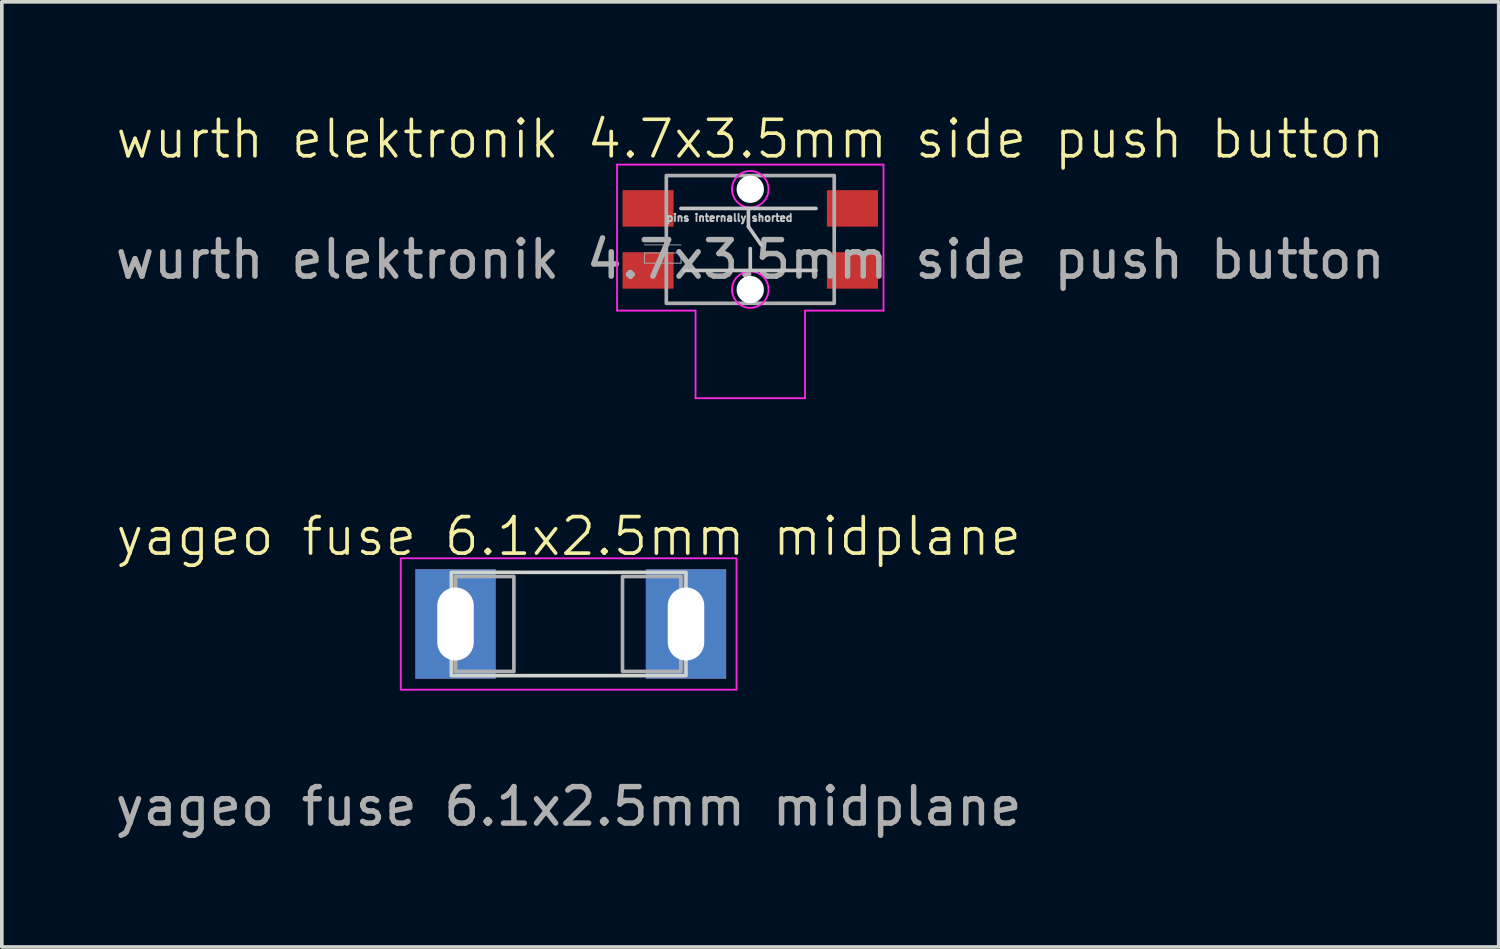
<source format=kicad_pcb>
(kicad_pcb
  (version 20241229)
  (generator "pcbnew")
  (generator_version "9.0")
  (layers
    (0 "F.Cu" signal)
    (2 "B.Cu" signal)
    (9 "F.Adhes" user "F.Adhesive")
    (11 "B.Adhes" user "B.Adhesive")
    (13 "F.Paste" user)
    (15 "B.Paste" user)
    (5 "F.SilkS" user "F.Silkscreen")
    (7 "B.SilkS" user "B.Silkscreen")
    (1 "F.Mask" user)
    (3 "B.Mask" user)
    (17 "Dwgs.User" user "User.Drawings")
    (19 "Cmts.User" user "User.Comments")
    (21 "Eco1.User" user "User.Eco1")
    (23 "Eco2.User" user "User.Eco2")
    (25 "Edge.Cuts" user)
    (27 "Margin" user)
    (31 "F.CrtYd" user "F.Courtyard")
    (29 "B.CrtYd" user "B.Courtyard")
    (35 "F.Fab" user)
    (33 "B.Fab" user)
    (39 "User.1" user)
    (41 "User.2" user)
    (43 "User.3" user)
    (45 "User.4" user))
  (footprint "wurth elektronik 4.7x3.5mm side push button"
    (layer "F.Cu")
    (at 17.506 1.56)
    (property "Reference" "wurth elektronik 4.7x3.5mm side push button" (at 0 -0.8 0) (unlocked yes) (layer "F.SilkS") (effects (font (size 1 1) (thickness 0.1))))
    (attr smd)
    (fp_line (start -1.9 1.1) (end 1.8 1.1) (stroke (width 0.1) (type default)) (layer "Dwgs.User"))
    (fp_line (start -0.05 1.1) (end -0.05 1.6) (stroke (width 0.1) (type default)) (layer "Dwgs.User"))
    (fp_line (start -0.05 1.6) (end 0.3 2.1) (stroke (width 0.1) (type default)) (layer "Dwgs.User"))
    (fp_line (start 0 2.8) (end 0 2.2) (stroke (width 0.1) (type default)) (layer "Dwgs.User"))
    (fp_line (start 1.8 2.8) (end -1.8 2.8) (stroke (width 0.1) (type default)) (layer "Dwgs.User"))
    (fp_line (start -3.65 -0.1) (end 3.65 -0.1) (stroke (width 0.05) (type default)) (layer "F.CrtYd"))
    (fp_line (start -3.65 3.9) (end -3.65 -0.1) (stroke (width 0.05) (type default)) (layer "F.CrtYd"))
    (fp_line (start -1.5 3.9) (end -3.65 3.9) (stroke (width 0.05) (type default)) (layer "F.CrtYd"))
    (fp_line (start -1.5 6.3) (end -1.5 3.9) (stroke (width 0.05) (type default)) (layer "F.CrtYd"))
    (fp_line (start 1.5 3.9) (end 1.5 6.3) (stroke (width 0.05) (type default)) (layer "F.CrtYd"))
    (fp_line (start 1.5 6.3) (end -1.5 6.3) (stroke (width 0.05) (type default)) (layer "F.CrtYd"))
    (fp_line (start 3.65 -0.1) (end 3.65 3.9) (stroke (width 0.05) (type default)) (layer "F.CrtYd"))
    (fp_line (start 3.65 3.9) (end 1.5 3.9) (stroke (width 0.05) (type default)) (layer "F.CrtYd"))
    (fp_circle (center 0 0.575) (end 0.5 0.575) (stroke (width 0.05) (type solid)) (fill no) (layer "F.CrtYd"))
    (fp_circle (center 0 3.325) (end 0.5 3.325) (stroke (width 0.05) (type solid)) (fill no) (layer "F.CrtYd"))
    (fp_line (start -2.9 2.1) (end -1.897 2.1) (stroke (width 0.025) (type solid)) (layer "F.Fab"))
    (fp_line (start -2.9 2.321) (end -2.9 2.6) (stroke (width 0.025) (type solid)) (layer "F.Fab"))
    (fp_line (start -2.9 2.6) (end -1.897 2.6) (stroke (width 0.025) (type solid)) (layer "F.Fab"))
    (fp_line (start -1.897 2.321) (end -2.9 2.321) (stroke (width 0.025) (type solid)) (layer "F.Fab"))
    (fp_line (start -1.897 2.6) (end -1.897 2.321) (stroke (width 0.025) (type solid)) (layer "F.Fab"))
    (fp_rect (start -2.3 0.2) (end 2.3 3.7) (stroke (width 0.1) (type default)) (fill no) (layer "F.Fab"))
    (fp_text user "pins internally shorted" (at -2.325 1.475 0) (unlocked yes) (layer "Dwgs.User") (effects (font (size 0.2 0.2) (thickness 0.05)) (justify left bottom)))
    (fp_text user "${REFERENCE}" (at 0 2.5 0) (unlocked yes) (layer "F.Fab") (effects (font (size 1 1) (thickness 0.15))))
    (pad "" np_thru_hole circle (at 0 0.575) (size 0.75 0.75) (drill 0.75) (layers "*.Cu" "*.Mask"))
    (pad "" np_thru_hole circle (at 0 3.325) (size 0.75 0.75) (drill 0.75) (layers "*.Cu" "*.Mask"))
    (pad "1" smd rect (at -2.8 1.1) (size 1.4 1) (layers "F.Cu" "F.Mask" "F.Paste"))
    (pad "1" smd rect (at 2.8 1.1) (size 1.4 1) (layers "F.Cu" "F.Mask" "F.Paste"))
    (pad "2" smd rect (at -2.8 2.8) (size 1.4 1) (layers "F.Cu" "F.Mask" "F.Paste"))
    (pad "2" smd rect (at 2.8 2.8) (size 1.4 1) (layers "F.Cu" "F.Mask" "F.Paste")))
  (footprint "yageo fuse 6.1x2.5mm midplane"
    (layer "F.Cu")
    (at 12.53 14.046)
    (property "Reference" "yageo fuse 6.1x2.5mm midplane" (at 0 -2.4 0) (unlocked yes) (layer "F.SilkS") (effects (font (size 1 1) (thickness 0.1))))
    (attr smd)
    (fp_rect (start -3.215 -1.415) (end 3.215 1.415) (stroke (width 0.1) (type default)) (fill no) (layer "Edge.Cuts"))
    (fp_rect (start -4.6 -1.8) (end 4.6 1.8) (stroke (width 0.05) (type default)) (fill no) (layer "F.CrtYd"))
    (fp_rect (start -3.1 -1.3) (end -1.5 1.3) (stroke (width 0.1) (type default)) (fill no) (layer "F.Fab"))
    (fp_rect (start 1.475 -1.3) (end 3.075 1.3) (stroke (width 0.1) (type default)) (fill no) (layer "F.Fab"))
    (fp_text user "${REFERENCE}" (at 0 5 0) (unlocked yes) (layer "F.Fab") (effects (font (size 1 1) (thickness 0.15))))
    (pad "1" thru_hole trapezoid (at -3.1 0) (size 2.2 3) (drill oval 1 2) (property pad_prop_castellated) (layers "*.Cu" "*.Mask"))
    (pad "2" thru_hole trapezoid (at 3.215 0) (size 2.2 3) (drill oval 1 2) (property pad_prop_castellated) (layers "*.Cu" "*.Mask")))
  (gr_rect
    (start -3 -3)
    (end 38.012 22.894)
    (stroke (width 0.1) (type default))
    (fill no)
    (layer "Edge.Cuts")))
</source>
